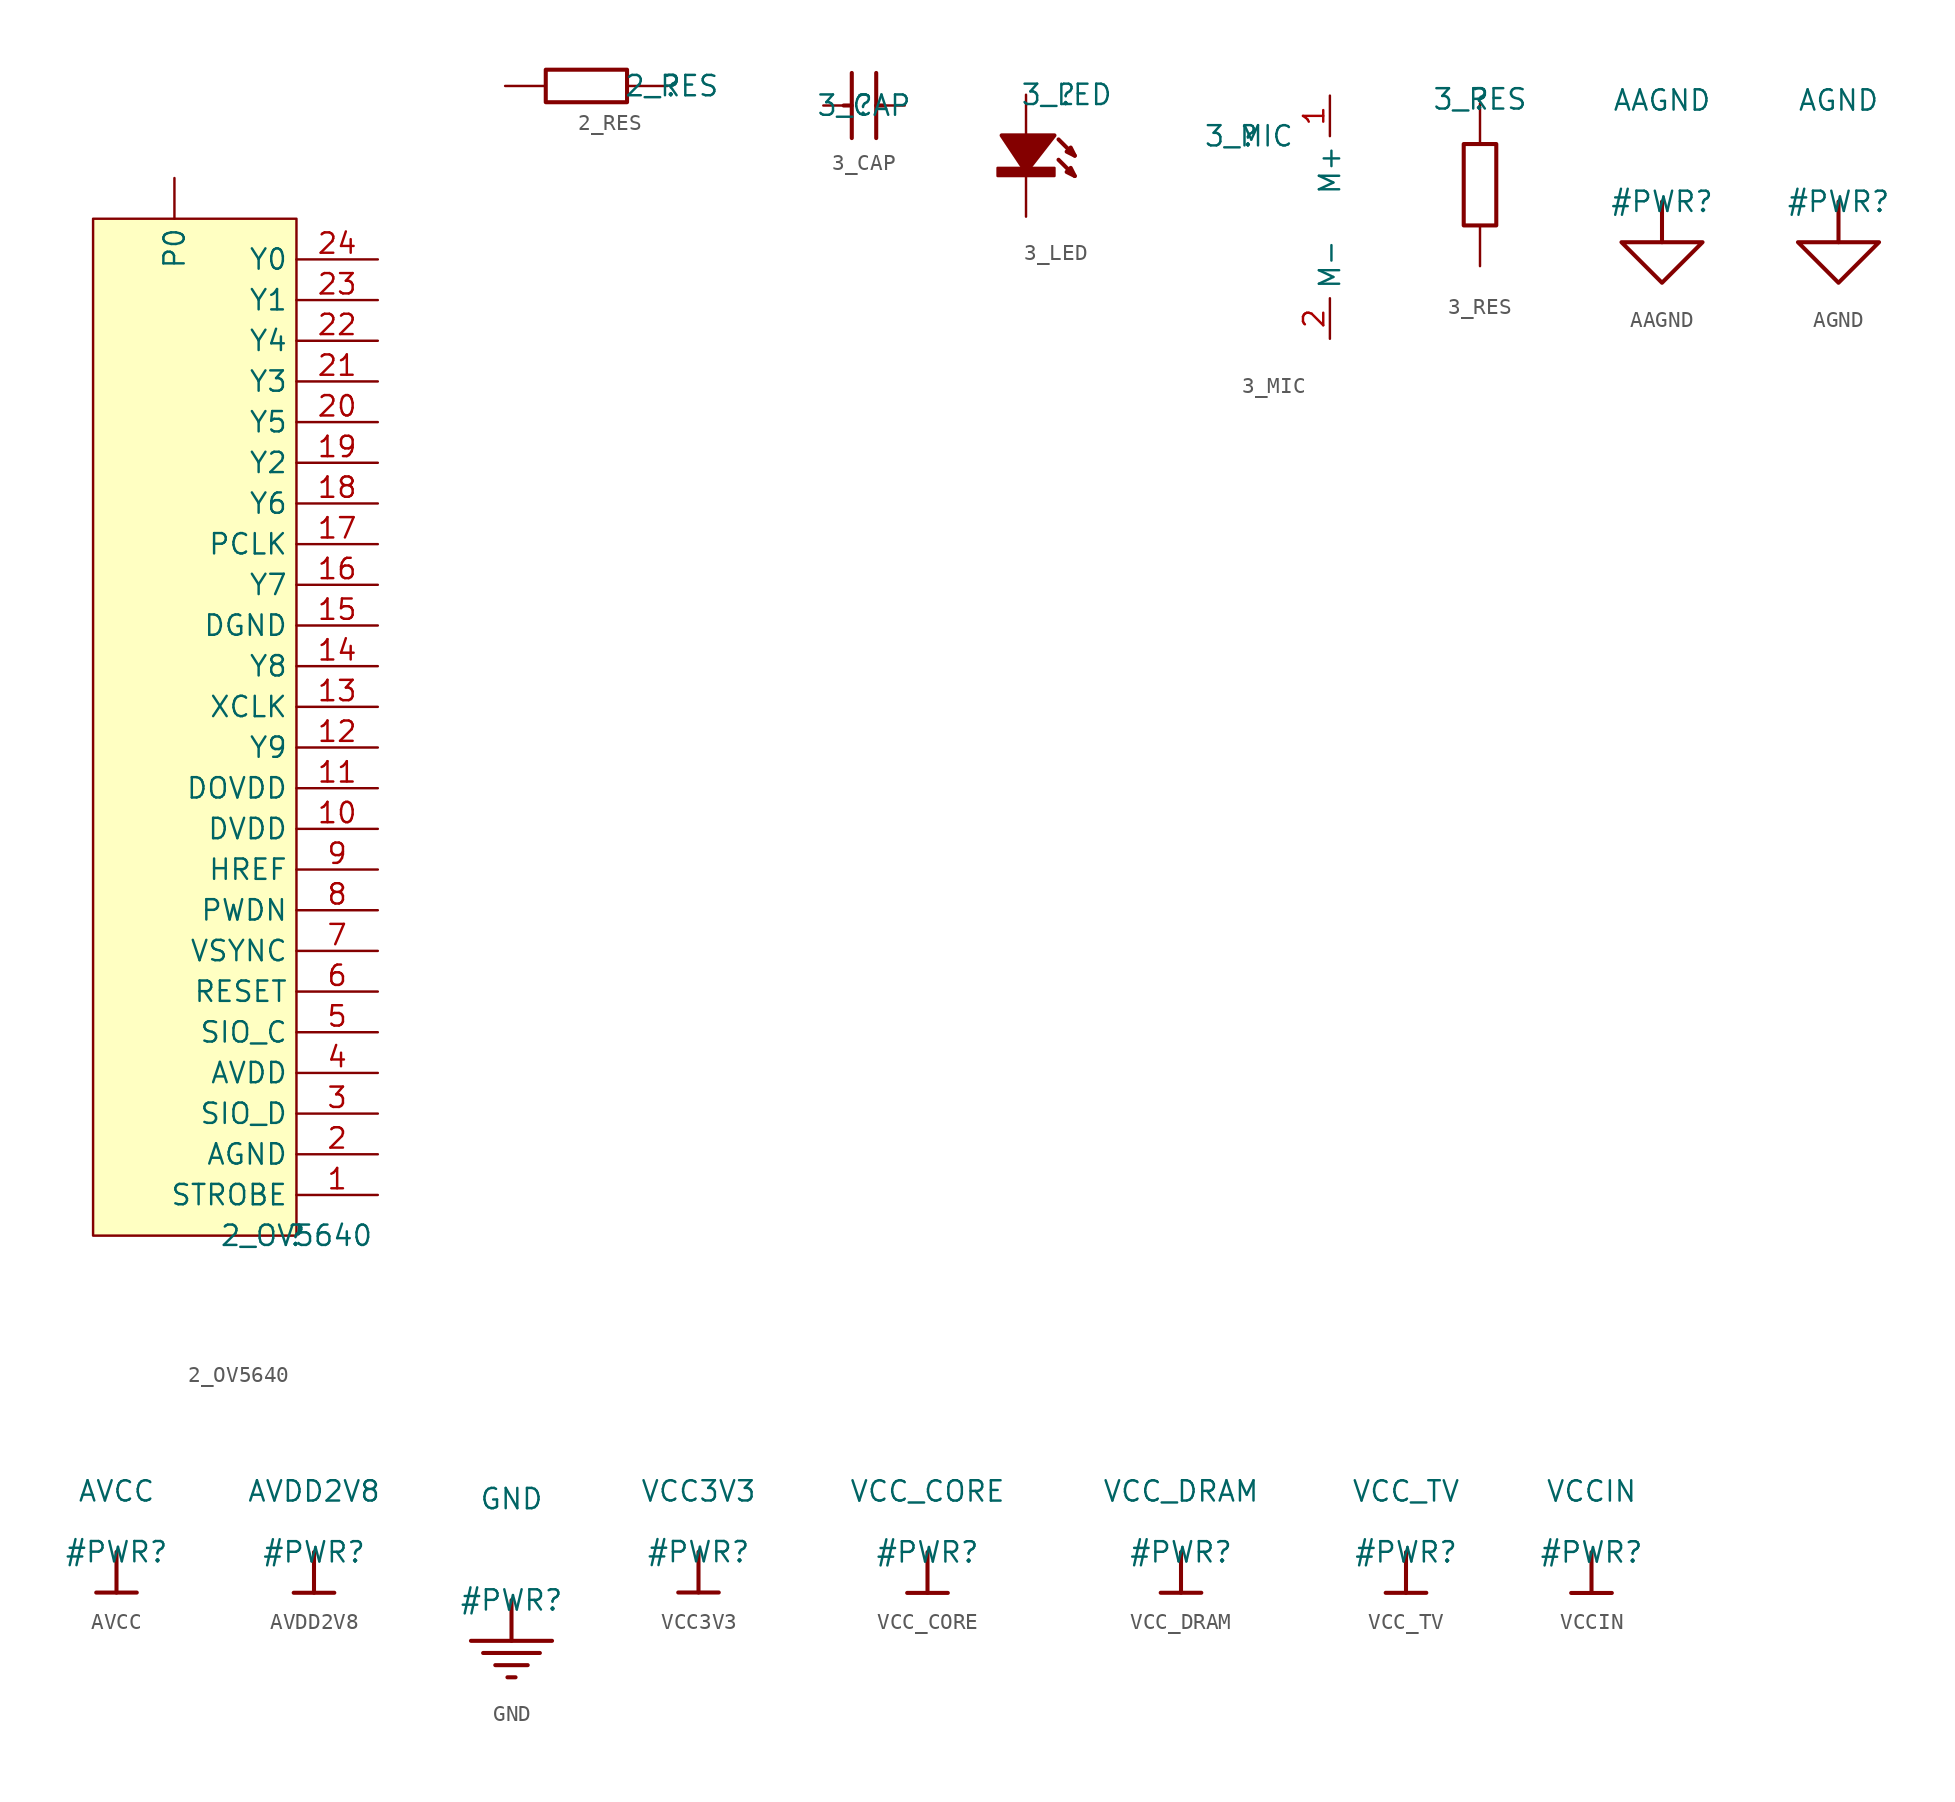
<source format=kicad_sym>
(kicad_symbol_lib
  (version 20210619)
  (generator kicad_symbol_editor)
  (symbol "F1C200S_WS__RGB_T7-altium-import:2_OV5640"
    (property "Reference" ""
      (at 0 0 0)
      (effects (font (size 1.27 1.27))))
    (property "Value" "2_OV5640"
      (at 0 0 0)
      (effects (font (size 1.27 1.27))))
    (symbol "2_OV5640_1_0"
      (rectangle (start 0 63.5) (end -12.7 0) (stroke (width 0)) (fill (type background)))
      (pin passive line (at 5.08 2.54 180) (length 5.08) (name "STROBE" (effects (font (size 1.27 1.27)))) (number "1" (effects (font (size 1.27 1.27)))))
      (pin passive line (at 5.08 25.4 180) (length 5.08) (name "DVDD" (effects (font (size 1.27 1.27)))) (number "10" (effects (font (size 1.27 1.27)))))
      (pin passive line (at 5.08 27.94 180) (length 5.08) (name "DOVDD" (effects (font (size 1.27 1.27)))) (number "11" (effects (font (size 1.27 1.27)))))
      (pin passive line (at 5.08 30.48 180) (length 5.08) (name "Y9" (effects (font (size 1.27 1.27)))) (number "12" (effects (font (size 1.27 1.27)))))
      (pin passive line (at 5.08 33.02 180) (length 5.08) (name "XCLK" (effects (font (size 1.27 1.27)))) (number "13" (effects (font (size 1.27 1.27)))))
      (pin passive line (at 5.08 35.56 180) (length 5.08) (name "Y8" (effects (font (size 1.27 1.27)))) (number "14" (effects (font (size 1.27 1.27)))))
      (pin passive line (at 5.08 38.1 180) (length 5.08) (name "DGND" (effects (font (size 1.27 1.27)))) (number "15" (effects (font (size 1.27 1.27)))))
      (pin passive line (at 5.08 40.64 180) (length 5.08) (name "Y7" (effects (font (size 1.27 1.27)))) (number "16" (effects (font (size 1.27 1.27)))))
      (pin passive line (at 5.08 43.18 180) (length 5.08) (name "PCLK" (effects (font (size 1.27 1.27)))) (number "17" (effects (font (size 1.27 1.27)))))
      (pin passive line (at 5.08 45.72 180) (length 5.08) (name "Y6" (effects (font (size 1.27 1.27)))) (number "18" (effects (font (size 1.27 1.27)))))
      (pin passive line (at 5.08 48.26 180) (length 5.08) (name "Y2" (effects (font (size 1.27 1.27)))) (number "19" (effects (font (size 1.27 1.27)))))
      (pin passive line (at 5.08 5.08 180) (length 5.08) (name "AGND" (effects (font (size 1.27 1.27)))) (number "2" (effects (font (size 1.27 1.27)))))
      (pin passive line (at 5.08 50.8 180) (length 5.08) (name "Y5" (effects (font (size 1.27 1.27)))) (number "20" (effects (font (size 1.27 1.27)))))
      (pin passive line (at 5.08 53.34 180) (length 5.08) (name "Y3" (effects (font (size 1.27 1.27)))) (number "21" (effects (font (size 1.27 1.27)))))
      (pin passive line (at 5.08 55.88 180) (length 5.08) (name "Y4" (effects (font (size 1.27 1.27)))) (number "22" (effects (font (size 1.27 1.27)))))
      (pin passive line (at 5.08 58.42 180) (length 5.08) (name "Y1" (effects (font (size 1.27 1.27)))) (number "23" (effects (font (size 1.27 1.27)))))
      (pin passive line (at 5.08 60.96 180) (length 5.08) (name "Y0" (effects (font (size 1.27 1.27)))) (number "24" (effects (font (size 1.27 1.27)))))
      (pin passive line (at 5.08 7.62 180) (length 5.08) (name "SIO_D" (effects (font (size 1.27 1.27)))) (number "3" (effects (font (size 1.27 1.27)))))
      (pin passive line (at 5.08 10.16 180) (length 5.08) (name "AVDD" (effects (font (size 1.27 1.27)))) (number "4" (effects (font (size 1.27 1.27)))))
      (pin passive line (at 5.08 12.7 180) (length 5.08) (name "SIO_C" (effects (font (size 1.27 1.27)))) (number "5" (effects (font (size 1.27 1.27)))))
      (pin passive line (at 5.08 15.24 180) (length 5.08) (name "RESET" (effects (font (size 1.27 1.27)))) (number "6" (effects (font (size 1.27 1.27)))))
      (pin passive line (at 5.08 17.78 180) (length 5.08) (name "VSYNC" (effects (font (size 1.27 1.27)))) (number "7" (effects (font (size 1.27 1.27)))))
      (pin passive line (at 5.08 20.32 180) (length 5.08) (name "PWDN" (effects (font (size 1.27 1.27)))) (number "8" (effects (font (size 1.27 1.27)))))
      (pin passive line (at 5.08 22.86 180) (length 5.08) (name "HREF" (effects (font (size 1.27 1.27)))) (number "9" (effects (font (size 1.27 1.27)))))
      (pin passive line (at -7.62 66.04 270) (length 2.54) (name "P0" (effects (font (size 1.27 1.27)))) (number "P0" (effects (font (size 0 0)))))))
  (symbol "F1C200S_WS__RGB_T7-altium-import:2_RES"
    (property "Reference" ""
      (at 0 0 0)
      (effects (font (size 1.27 1.27))))
    (property "Value" "2_RES"
      (at 0 0 0)
      (effects (font (size 1.27 1.27))))
    (symbol "2_RES_1_0"
      (rectangle (start -2.794 1.016) (end -7.874 -1.016) (stroke (width 0.254)) (fill (type none)))
      (pin passive line (at -0.254 0 180) (length 2.54) (name "1" (effects (font (size 0 0)))) (number "1" (effects (font (size 0 0)))))
      (pin passive line (at -10.414 0 0) (length 2.54) (name "2" (effects (font (size 0 0)))) (number "2" (effects (font (size 0 0)))))))
  (symbol "F1C200S_WS__RGB_T7-altium-import:3_CAP"
    (property "Reference" ""
      (at 0 0 0)
      (effects (font (size 1.27 1.27))))
    (property "Value" "3_CAP"
      (at 0 0 0)
      (effects (font (size 1.27 1.27))))
    (symbol "3_CAP_1_0"
      (polyline (pts (xy -0.762 0) (xy -1.27 0)) (stroke (width 0.254)) (fill (type none)))
      (polyline (pts (xy -0.762 -2.032) (xy -0.762 2.032)) (stroke (width 0.254)) (fill (type none)))
      (polyline (pts (xy 0.762 2.032) (xy 0.762 -2.032)) (stroke (width 0.254)) (fill (type none)))
      (polyline (pts (xy 1.27 0) (xy 0.762 0)) (stroke (width 0.254)) (fill (type none)))
      (pin passive line (at 2.54 0 180) (length 1.27) (name "1" (effects (font (size 0 0)))) (number "1" (effects (font (size 0 0)))))
      (pin passive line (at -2.54 0 0) (length 1.27) (name "2" (effects (font (size 0 0)))) (number "2" (effects (font (size 0 0)))))))
  (symbol "F1C200S_WS__RGB_T7-altium-import:3_LED"
    (property "Reference" ""
      (at 0 0 0)
      (effects (font (size 1.27 1.27))))
    (property "Value" "3_LED"
      (at 0 0 0)
      (effects (font (size 1.27 1.27))))
    (symbol "3_LED_1_0"
      (rectangle (start -0.762 -4.572) (end -4.318 -5.08) (stroke (width 0)) (fill (type outline)))
      (polyline (pts (xy -0.508 -4.064) (xy 0.508 -5.08)) (stroke (width 0.254)) (fill (type none)))
      (polyline (pts (xy -0.508 -2.794) (xy 0.508 -3.81)) (stroke (width 0.254)) (fill (type none)))
      (polyline (pts (xy 0.508 -5.08) (xy 0.254 -4.572) (xy 0 -4.826) (xy 0.508 -5.08)) (stroke (width 0.254)) (fill (type none)))
      (polyline (pts (xy 0.508 -3.81) (xy 0.254 -3.302) (xy 0 -3.556) (xy 0.508 -3.81)) (stroke (width 0.254)) (fill (type none)))
      (polyline (pts (xy -0.762 -2.54) (xy -2.54 -4.826) (xy -4.064 -2.54) (xy -0.762 -2.54)) (stroke (width 0.254)) (fill (type outline)))
      (pin passive line (at -2.54 0 270) (length 2.54) (name "1" (effects (font (size 0 0)))) (number "A" (effects (font (size 0 0)))))
      (pin passive line (at -2.54 -7.62 90) (length 2.54) (name "2" (effects (font (size 0 0)))) (number "K" (effects (font (size 0 0)))))))
  (symbol "F1C200S_WS__RGB_T7-altium-import:3_MIC"
    (property "Reference" ""
      (at 0 0 0)
      (effects (font (size 1.27 1.27))))
    (property "Value" "3_MIC"
      (at 0 0 0)
      (effects (font (size 1.27 1.27))))
    (symbol "3_MIC_1_0"
      (pin passive line (at 5.08 2.54 270) (length 2.54) (name "M+" (effects (font (size 1.27 1.27)))) (number "1" (effects (font (size 1.27 1.27)))))
      (pin passive line (at 5.08 -12.7 90) (length 2.54) (name "M-" (effects (font (size 1.27 1.27)))) (number "2" (effects (font (size 1.27 1.27)))))))
  (symbol "F1C200S_WS__RGB_T7-altium-import:3_RES"
    (property "Reference" ""
      (at 0 0 0)
      (effects (font (size 1.27 1.27))))
    (property "Value" "3_RES"
      (at 0 0 0)
      (effects (font (size 1.27 1.27))))
    (symbol "3_RES_1_0"
      (rectangle (start 1.016 -2.794) (end -1.016 -7.874) (stroke (width 0.254)) (fill (type none)))
      (pin passive line (at 0 -0.254 270) (length 2.54) (name "1" (effects (font (size 0 0)))) (number "1" (effects (font (size 0 0)))))
      (pin passive line (at 0 -10.414 90) (length 2.54) (name "2" (effects (font (size 0 0)))) (number "2" (effects (font (size 0 0)))))))
  (symbol "F1C200S_WS__RGB_T7-altium-import:AAGND"
    (power)
    (property "Reference" "#PWR"
      (at 0 0 0)
      (effects (font (size 1.27 1.27))))
    (property "Value" "AAGND"
      (at 0 6.35 0)
      (effects (font (size 1.27 1.27))))
    (symbol "AAGND_0_0"
      (polyline (pts (xy 0 0) (xy 0 -2.54)) (stroke (width 0.254)) (fill (type none)))
      (polyline (pts (xy -2.54 -2.54) (xy 2.54 -2.54) (xy 0 -5.08) (xy -2.54 -2.54)) (stroke (width 0.254)) (fill (type none)))
      (pin power_in line (at 0 0 0) (length 0) hide (name "AAGND" (effects (font (size 1.27 1.27)))) (number "" (effects (font (size 1.27 1.27)))))))
  (symbol "F1C200S_WS__RGB_T7-altium-import:AGND"
    (power)
    (property "Reference" "#PWR"
      (at 0 0 0)
      (effects (font (size 1.27 1.27))))
    (property "Value" "AGND"
      (at 0 6.35 0)
      (effects (font (size 1.27 1.27))))
    (symbol "AGND_0_0"
      (polyline (pts (xy -2.54 -2.54) (xy 2.54 -2.54) (xy 0 -5.08) (xy -2.54 -2.54)) (stroke (width 0.254)) (fill (type none)))
      (polyline (pts (xy 0 0) (xy 0 -2.54)) (stroke (width 0.254)) (fill (type none)))
      (pin power_in line (at 0 0 0) (length 0) hide (name "AGND" (effects (font (size 1.27 1.27)))) (number "" (effects (font (size 1.27 1.27)))))))
  (symbol "F1C200S_WS__RGB_T7-altium-import:AVCC"
    (power)
    (property "Reference" "#PWR"
      (at 0 0 0)
      (effects (font (size 1.27 1.27))))
    (property "Value" "AVCC"
      (at 0 3.81 0)
      (effects (font (size 1.27 1.27))))
    (symbol "AVCC_0_0"
      (polyline (pts (xy -1.27 -2.54) (xy 1.27 -2.54)) (stroke (width 0.254)) (fill (type none)))
      (polyline (pts (xy 0 0) (xy 0 -2.54)) (stroke (width 0.254)) (fill (type none)))
      (pin power_in line (at 0 0 0) (length 0) hide (name "AVCC" (effects (font (size 1.27 1.27)))) (number "" (effects (font (size 1.27 1.27)))))))
  (symbol "F1C200S_WS__RGB_T7-altium-import:AVDD2V8"
    (power)
    (property "Reference" "#PWR"
      (at 0 0 0)
      (effects (font (size 1.27 1.27))))
    (property "Value" "AVDD2V8"
      (at 0 3.81 0)
      (effects (font (size 1.27 1.27))))
    (symbol "AVDD2V8_0_0"
      (polyline (pts (xy -1.27 -2.54) (xy 1.27 -2.54)) (stroke (width 0.254)) (fill (type none)))
      (polyline (pts (xy 0 0) (xy 0 -2.54)) (stroke (width 0.254)) (fill (type none)))
      (pin power_in line (at 0 0 0) (length 0) hide (name "AVDD2V8" (effects (font (size 1.27 1.27)))) (number "" (effects (font (size 1.27 1.27)))))))
  (symbol "F1C200S_WS__RGB_T7-altium-import:GND"
    (power)
    (property "Reference" "#PWR"
      (at 0 0 0)
      (effects (font (size 1.27 1.27))))
    (property "Value" "GND"
      (at 0 6.35 0)
      (effects (font (size 1.27 1.27))))
    (symbol "GND_0_0"
      (polyline (pts (xy -0.254 -4.826) (xy 0.254 -4.826)) (stroke (width 0.254)) (fill (type none)))
      (polyline (pts (xy -2.54 -2.54) (xy 2.54 -2.54)) (stroke (width 0.254)) (fill (type none)))
      (polyline (pts (xy -1.778 -3.302) (xy 1.778 -3.302)) (stroke (width 0.254)) (fill (type none)))
      (polyline (pts (xy -1.016 -4.064) (xy 1.016 -4.064)) (stroke (width 0.254)) (fill (type none)))
      (polyline (pts (xy 0 0) (xy 0 -2.54)) (stroke (width 0.254)) (fill (type none)))
      (pin power_in line (at 0 0 0) (length 0) hide (name "GND" (effects (font (size 1.27 1.27)))) (number "" (effects (font (size 1.27 1.27)))))))
  (symbol "F1C200S_WS__RGB_T7-altium-import:VCC3V3"
    (power)
    (property "Reference" "#PWR"
      (at 0 0 0)
      (effects (font (size 1.27 1.27))))
    (property "Value" "VCC3V3"
      (at 0 3.81 0)
      (effects (font (size 1.27 1.27))))
    (symbol "VCC3V3_0_0"
      (polyline (pts (xy -1.27 -2.54) (xy 1.27 -2.54)) (stroke (width 0.254)) (fill (type none)))
      (polyline (pts (xy 0 0) (xy 0 -2.54)) (stroke (width 0.254)) (fill (type none)))
      (pin power_in line (at 0 0 0) (length 0) hide (name "VCC3V3" (effects (font (size 1.27 1.27)))) (number "" (effects (font (size 1.27 1.27)))))))
  (symbol "F1C200S_WS__RGB_T7-altium-import:VCC_CORE"
    (power)
    (property "Reference" "#PWR"
      (at 0 0 0)
      (effects (font (size 1.27 1.27))))
    (property "Value" "VCC_CORE"
      (at 0 3.81 0)
      (effects (font (size 1.27 1.27))))
    (symbol "VCC_CORE_0_0"
      (polyline (pts (xy -1.27 -2.54) (xy 1.27 -2.54)) (stroke (width 0.254)) (fill (type none)))
      (polyline (pts (xy 0 0) (xy 0 -2.54)) (stroke (width 0.254)) (fill (type none)))
      (pin power_in line (at 0 0 0) (length 0) hide (name "VCC_CORE" (effects (font (size 1.27 1.27)))) (number "" (effects (font (size 1.27 1.27)))))))
  (symbol "F1C200S_WS__RGB_T7-altium-import:VCC_DRAM"
    (power)
    (property "Reference" "#PWR"
      (at 0 0 0)
      (effects (font (size 1.27 1.27))))
    (property "Value" "VCC_DRAM"
      (at 0 3.81 0)
      (effects (font (size 1.27 1.27))))
    (symbol "VCC_DRAM_0_0"
      (polyline (pts (xy -1.27 -2.54) (xy 1.27 -2.54)) (stroke (width 0.254)) (fill (type none)))
      (polyline (pts (xy 0 0) (xy 0 -2.54)) (stroke (width 0.254)) (fill (type none)))
      (pin power_in line (at 0 0 0) (length 0) hide (name "VCC_DRAM" (effects (font (size 1.27 1.27)))) (number "" (effects (font (size 1.27 1.27)))))))
  (symbol "F1C200S_WS__RGB_T7-altium-import:VCC_TV"
    (power)
    (property "Reference" "#PWR"
      (at 0 0 0)
      (effects (font (size 1.27 1.27))))
    (property "Value" "VCC_TV"
      (at 0 3.81 0)
      (effects (font (size 1.27 1.27))))
    (symbol "VCC_TV_0_0"
      (polyline (pts (xy -1.27 -2.54) (xy 1.27 -2.54)) (stroke (width 0.254)) (fill (type none)))
      (polyline (pts (xy 0 0) (xy 0 -2.54)) (stroke (width 0.254)) (fill (type none)))
      (pin power_in line (at 0 0 0) (length 0) hide (name "VCC_TV" (effects (font (size 1.27 1.27)))) (number "" (effects (font (size 1.27 1.27)))))))
  (symbol "F1C200S_WS__RGB_T7-altium-import:VCCIN"
    (power)
    (property "Reference" "#PWR"
      (at 0 0 0)
      (effects (font (size 1.27 1.27))))
    (property "Value" "VCCIN"
      (at 0 3.81 0)
      (effects (font (size 1.27 1.27))))
    (symbol "VCCIN_0_0"
      (polyline (pts (xy -1.27 -2.54) (xy 1.27 -2.54)) (stroke (width 0.254)) (fill (type none)))
      (polyline (pts (xy 0 0) (xy 0 -2.54)) (stroke (width 0.254)) (fill (type none)))
      (pin power_in line (at 0 0 0) (length 0) hide (name "VCCIN" (effects (font (size 1.27 1.27)))) (number "" (effects (font (size 1.27 1.27))))))))
</source>
